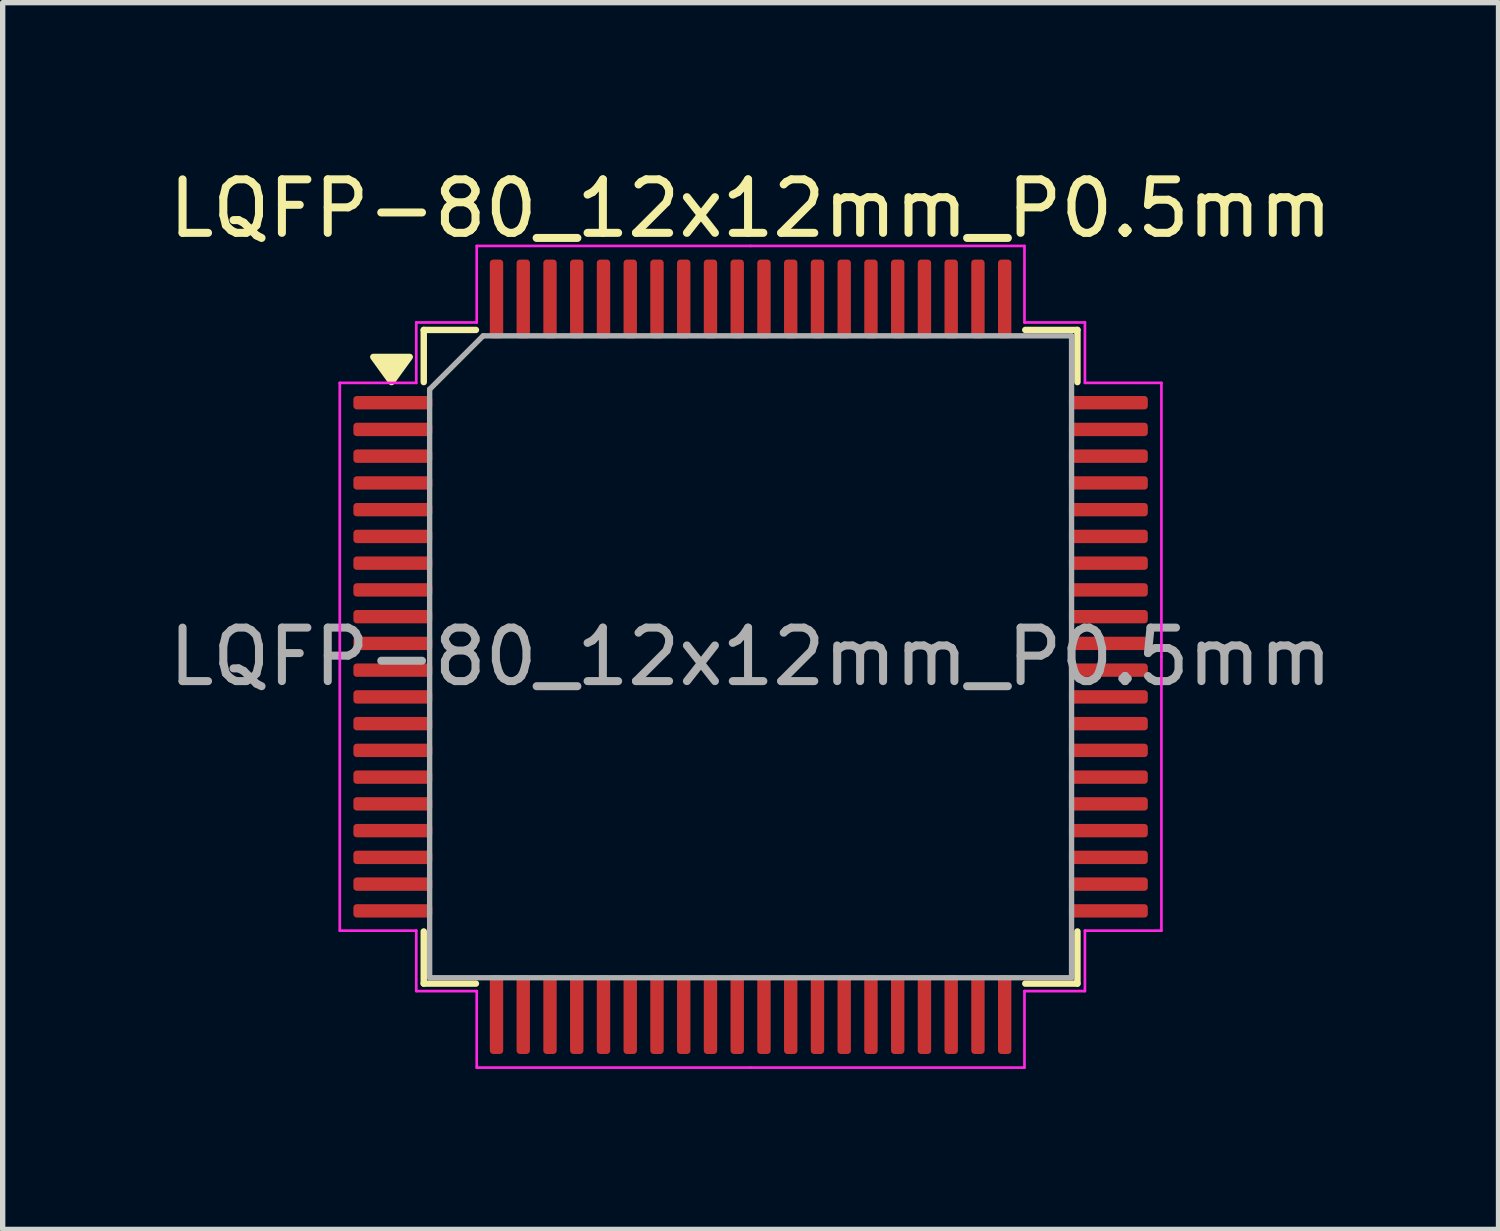
<source format=kicad_pcb>
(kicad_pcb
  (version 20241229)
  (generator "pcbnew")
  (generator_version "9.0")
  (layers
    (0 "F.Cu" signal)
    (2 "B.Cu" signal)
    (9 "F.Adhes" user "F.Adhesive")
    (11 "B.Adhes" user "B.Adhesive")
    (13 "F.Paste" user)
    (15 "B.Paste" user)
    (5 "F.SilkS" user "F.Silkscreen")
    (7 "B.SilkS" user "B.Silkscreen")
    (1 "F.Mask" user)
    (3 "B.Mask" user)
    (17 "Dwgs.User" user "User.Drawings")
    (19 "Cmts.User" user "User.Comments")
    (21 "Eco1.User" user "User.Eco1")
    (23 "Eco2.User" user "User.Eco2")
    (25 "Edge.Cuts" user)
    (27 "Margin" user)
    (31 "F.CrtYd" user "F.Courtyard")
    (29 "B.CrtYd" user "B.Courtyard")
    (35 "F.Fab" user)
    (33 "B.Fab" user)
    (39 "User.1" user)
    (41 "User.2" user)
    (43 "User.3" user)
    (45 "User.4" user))
  (footprint "LQFP-80_12x12mm_P0.5mm"
    (layer "F.Cu")
    (at 10.982 9.228)
    (property "Reference" "LQFP-80_12x12mm_P0.5mm" (at 0 -8.38 0) (layer "F.SilkS") (effects (font (size 1 1) (thickness 0.15))))
    (attr smd)
    (fp_line (start -6.11 -6.11) (end -6.11 -5.135) (stroke (width 0.12) (type solid)) (layer "F.SilkS"))
    (fp_line (start -6.11 6.11) (end -6.11 5.135) (stroke (width 0.12) (type solid)) (layer "F.SilkS"))
    (fp_line (start -5.135 -6.11) (end -6.11 -6.11) (stroke (width 0.12) (type solid)) (layer "F.SilkS"))
    (fp_line (start -5.135 6.11) (end -6.11 6.11) (stroke (width 0.12) (type solid)) (layer "F.SilkS"))
    (fp_line (start 5.135 -6.11) (end 6.11 -6.11) (stroke (width 0.12) (type solid)) (layer "F.SilkS"))
    (fp_line (start 5.135 6.11) (end 6.11 6.11) (stroke (width 0.12) (type solid)) (layer "F.SilkS"))
    (fp_line (start 6.11 -6.11) (end 6.11 -5.135) (stroke (width 0.12) (type solid)) (layer "F.SilkS"))
    (fp_line (start 6.11 6.11) (end 6.11 5.135) (stroke (width 0.12) (type solid)) (layer "F.SilkS"))
    (fp_poly (pts (xy -6.713 -5.135) (xy -7.053 -5.605) (xy -6.372 -5.605) (xy -6.713 -5.135)) (stroke (width 0.12) (type solid)) (fill yes) (layer "F.SilkS"))
    (fp_line (start -7.68 -5.12) (end -7.68 0) (stroke (width 0.05) (type solid)) (layer "F.CrtYd"))
    (fp_line (start -7.68 5.12) (end -7.68 0) (stroke (width 0.05) (type solid)) (layer "F.CrtYd"))
    (fp_line (start -6.25 -6.25) (end -6.25 -5.12) (stroke (width 0.05) (type solid)) (layer "F.CrtYd"))
    (fp_line (start -6.25 -5.12) (end -7.68 -5.12) (stroke (width 0.05) (type solid)) (layer "F.CrtYd"))
    (fp_line (start -6.25 5.12) (end -7.68 5.12) (stroke (width 0.05) (type solid)) (layer "F.CrtYd"))
    (fp_line (start -6.25 6.25) (end -6.25 5.12) (stroke (width 0.05) (type solid)) (layer "F.CrtYd"))
    (fp_line (start -5.12 -7.68) (end -5.12 -6.25) (stroke (width 0.05) (type solid)) (layer "F.CrtYd"))
    (fp_line (start -5.12 -6.25) (end -6.25 -6.25) (stroke (width 0.05) (type solid)) (layer "F.CrtYd"))
    (fp_line (start -5.12 6.25) (end -6.25 6.25) (stroke (width 0.05) (type solid)) (layer "F.CrtYd"))
    (fp_line (start -5.12 7.68) (end -5.12 6.25) (stroke (width 0.05) (type solid)) (layer "F.CrtYd"))
    (fp_line (start 0 -7.68) (end -5.12 -7.68) (stroke (width 0.05) (type solid)) (layer "F.CrtYd"))
    (fp_line (start 0 -7.68) (end 5.12 -7.68) (stroke (width 0.05) (type solid)) (layer "F.CrtYd"))
    (fp_line (start 0 7.68) (end -5.12 7.68) (stroke (width 0.05) (type solid)) (layer "F.CrtYd"))
    (fp_line (start 0 7.68) (end 5.12 7.68) (stroke (width 0.05) (type solid)) (layer "F.CrtYd"))
    (fp_line (start 5.12 -7.68) (end 5.12 -6.25) (stroke (width 0.05) (type solid)) (layer "F.CrtYd"))
    (fp_line (start 5.12 -6.25) (end 6.25 -6.25) (stroke (width 0.05) (type solid)) (layer "F.CrtYd"))
    (fp_line (start 5.12 6.25) (end 6.25 6.25) (stroke (width 0.05) (type solid)) (layer "F.CrtYd"))
    (fp_line (start 5.12 7.68) (end 5.12 6.25) (stroke (width 0.05) (type solid)) (layer "F.CrtYd"))
    (fp_line (start 6.25 -6.25) (end 6.25 -5.12) (stroke (width 0.05) (type solid)) (layer "F.CrtYd"))
    (fp_line (start 6.25 -5.12) (end 7.68 -5.12) (stroke (width 0.05) (type solid)) (layer "F.CrtYd"))
    (fp_line (start 6.25 5.12) (end 7.68 5.12) (stroke (width 0.05) (type solid)) (layer "F.CrtYd"))
    (fp_line (start 6.25 6.25) (end 6.25 5.12) (stroke (width 0.05) (type solid)) (layer "F.CrtYd"))
    (fp_line (start 7.68 -5.12) (end 7.68 0) (stroke (width 0.05) (type solid)) (layer "F.CrtYd"))
    (fp_line (start 7.68 5.12) (end 7.68 0) (stroke (width 0.05) (type solid)) (layer "F.CrtYd"))
    (fp_line (start -6 -5) (end -5 -6) (stroke (width 0.1) (type solid)) (layer "F.Fab"))
    (fp_line (start -6 6) (end -6 -5) (stroke (width 0.1) (type solid)) (layer "F.Fab"))
    (fp_line (start -5 -6) (end 6 -6) (stroke (width 0.1) (type solid)) (layer "F.Fab"))
    (fp_line (start 6 -6) (end 6 6) (stroke (width 0.1) (type solid)) (layer "F.Fab"))
    (fp_line (start 6 6) (end -6 6) (stroke (width 0.1) (type solid)) (layer "F.Fab"))
    (fp_text user "${REFERENCE}" (at 0 0 0) (layer "F.Fab") (effects (font (size 1 1) (thickness 0.15))))
    (pad "1" smd roundrect (at -6.688 -4.75) (size 1.475 0.25) (layers "F.Cu" "F.Mask" "F.Paste") (roundrect_rratio 0.25))
    (pad "2" smd roundrect (at -6.688 -4.25) (size 1.475 0.25) (layers "F.Cu" "F.Mask" "F.Paste") (roundrect_rratio 0.25))
    (pad "3" smd roundrect (at -6.688 -3.75) (size 1.475 0.25) (layers "F.Cu" "F.Mask" "F.Paste") (roundrect_rratio 0.25))
    (pad "4" smd roundrect (at -6.688 -3.25) (size 1.475 0.25) (layers "F.Cu" "F.Mask" "F.Paste") (roundrect_rratio 0.25))
    (pad "5" smd roundrect (at -6.688 -2.75) (size 1.475 0.25) (layers "F.Cu" "F.Mask" "F.Paste") (roundrect_rratio 0.25))
    (pad "6" smd roundrect (at -6.688 -2.25) (size 1.475 0.25) (layers "F.Cu" "F.Mask" "F.Paste") (roundrect_rratio 0.25))
    (pad "7" smd roundrect (at -6.688 -1.75) (size 1.475 0.25) (layers "F.Cu" "F.Mask" "F.Paste") (roundrect_rratio 0.25))
    (pad "8" smd roundrect (at -6.688 -1.25) (size 1.475 0.25) (layers "F.Cu" "F.Mask" "F.Paste") (roundrect_rratio 0.25))
    (pad "9" smd roundrect (at -6.688 -0.75) (size 1.475 0.25) (layers "F.Cu" "F.Mask" "F.Paste") (roundrect_rratio 0.25))
    (pad "10" smd roundrect (at -6.688 -0.25) (size 1.475 0.25) (layers "F.Cu" "F.Mask" "F.Paste") (roundrect_rratio 0.25))
    (pad "11" smd roundrect (at -6.688 0.25) (size 1.475 0.25) (layers "F.Cu" "F.Mask" "F.Paste") (roundrect_rratio 0.25))
    (pad "12" smd roundrect (at -6.688 0.75) (size 1.475 0.25) (layers "F.Cu" "F.Mask" "F.Paste") (roundrect_rratio 0.25))
    (pad "13" smd roundrect (at -6.688 1.25) (size 1.475 0.25) (layers "F.Cu" "F.Mask" "F.Paste") (roundrect_rratio 0.25))
    (pad "14" smd roundrect (at -6.688 1.75) (size 1.475 0.25) (layers "F.Cu" "F.Mask" "F.Paste") (roundrect_rratio 0.25))
    (pad "15" smd roundrect (at -6.688 2.25) (size 1.475 0.25) (layers "F.Cu" "F.Mask" "F.Paste") (roundrect_rratio 0.25))
    (pad "16" smd roundrect (at -6.688 2.75) (size 1.475 0.25) (layers "F.Cu" "F.Mask" "F.Paste") (roundrect_rratio 0.25))
    (pad "17" smd roundrect (at -6.688 3.25) (size 1.475 0.25) (layers "F.Cu" "F.Mask" "F.Paste") (roundrect_rratio 0.25))
    (pad "18" smd roundrect (at -6.688 3.75) (size 1.475 0.25) (layers "F.Cu" "F.Mask" "F.Paste") (roundrect_rratio 0.25))
    (pad "19" smd roundrect (at -6.688 4.25) (size 1.475 0.25) (layers "F.Cu" "F.Mask" "F.Paste") (roundrect_rratio 0.25))
    (pad "20" smd roundrect (at -6.688 4.75) (size 1.475 0.25) (layers "F.Cu" "F.Mask" "F.Paste") (roundrect_rratio 0.25))
    (pad "21" smd roundrect (at -4.75 6.688) (size 0.25 1.475) (layers "F.Cu" "F.Mask" "F.Paste") (roundrect_rratio 0.25))
    (pad "22" smd roundrect (at -4.25 6.688) (size 0.25 1.475) (layers "F.Cu" "F.Mask" "F.Paste") (roundrect_rratio 0.25))
    (pad "23" smd roundrect (at -3.75 6.688) (size 0.25 1.475) (layers "F.Cu" "F.Mask" "F.Paste") (roundrect_rratio 0.25))
    (pad "24" smd roundrect (at -3.25 6.688) (size 0.25 1.475) (layers "F.Cu" "F.Mask" "F.Paste") (roundrect_rratio 0.25))
    (pad "25" smd roundrect (at -2.75 6.688) (size 0.25 1.475) (layers "F.Cu" "F.Mask" "F.Paste") (roundrect_rratio 0.25))
    (pad "26" smd roundrect (at -2.25 6.688) (size 0.25 1.475) (layers "F.Cu" "F.Mask" "F.Paste") (roundrect_rratio 0.25))
    (pad "27" smd roundrect (at -1.75 6.688) (size 0.25 1.475) (layers "F.Cu" "F.Mask" "F.Paste") (roundrect_rratio 0.25))
    (pad "28" smd roundrect (at -1.25 6.688) (size 0.25 1.475) (layers "F.Cu" "F.Mask" "F.Paste") (roundrect_rratio 0.25))
    (pad "29" smd roundrect (at -0.75 6.688) (size 0.25 1.475) (layers "F.Cu" "F.Mask" "F.Paste") (roundrect_rratio 0.25))
    (pad "30" smd roundrect (at -0.25 6.688) (size 0.25 1.475) (layers "F.Cu" "F.Mask" "F.Paste") (roundrect_rratio 0.25))
    (pad "31" smd roundrect (at 0.25 6.688) (size 0.25 1.475) (layers "F.Cu" "F.Mask" "F.Paste") (roundrect_rratio 0.25))
    (pad "32" smd roundrect (at 0.75 6.688) (size 0.25 1.475) (layers "F.Cu" "F.Mask" "F.Paste") (roundrect_rratio 0.25))
    (pad "33" smd roundrect (at 1.25 6.688) (size 0.25 1.475) (layers "F.Cu" "F.Mask" "F.Paste") (roundrect_rratio 0.25))
    (pad "34" smd roundrect (at 1.75 6.688) (size 0.25 1.475) (layers "F.Cu" "F.Mask" "F.Paste") (roundrect_rratio 0.25))
    (pad "35" smd roundrect (at 2.25 6.688) (size 0.25 1.475) (layers "F.Cu" "F.Mask" "F.Paste") (roundrect_rratio 0.25))
    (pad "36" smd roundrect (at 2.75 6.688) (size 0.25 1.475) (layers "F.Cu" "F.Mask" "F.Paste") (roundrect_rratio 0.25))
    (pad "37" smd roundrect (at 3.25 6.688) (size 0.25 1.475) (layers "F.Cu" "F.Mask" "F.Paste") (roundrect_rratio 0.25))
    (pad "38" smd roundrect (at 3.75 6.688) (size 0.25 1.475) (layers "F.Cu" "F.Mask" "F.Paste") (roundrect_rratio 0.25))
    (pad "39" smd roundrect (at 4.25 6.688) (size 0.25 1.475) (layers "F.Cu" "F.Mask" "F.Paste") (roundrect_rratio 0.25))
    (pad "40" smd roundrect (at 4.75 6.688) (size 0.25 1.475) (layers "F.Cu" "F.Mask" "F.Paste") (roundrect_rratio 0.25))
    (pad "41" smd roundrect (at 6.688 4.75) (size 1.475 0.25) (layers "F.Cu" "F.Mask" "F.Paste") (roundrect_rratio 0.25))
    (pad "42" smd roundrect (at 6.688 4.25) (size 1.475 0.25) (layers "F.Cu" "F.Mask" "F.Paste") (roundrect_rratio 0.25))
    (pad "43" smd roundrect (at 6.688 3.75) (size 1.475 0.25) (layers "F.Cu" "F.Mask" "F.Paste") (roundrect_rratio 0.25))
    (pad "44" smd roundrect (at 6.688 3.25) (size 1.475 0.25) (layers "F.Cu" "F.Mask" "F.Paste") (roundrect_rratio 0.25))
    (pad "45" smd roundrect (at 6.688 2.75) (size 1.475 0.25) (layers "F.Cu" "F.Mask" "F.Paste") (roundrect_rratio 0.25))
    (pad "46" smd roundrect (at 6.688 2.25) (size 1.475 0.25) (layers "F.Cu" "F.Mask" "F.Paste") (roundrect_rratio 0.25))
    (pad "47" smd roundrect (at 6.688 1.75) (size 1.475 0.25) (layers "F.Cu" "F.Mask" "F.Paste") (roundrect_rratio 0.25))
    (pad "48" smd roundrect (at 6.688 1.25) (size 1.475 0.25) (layers "F.Cu" "F.Mask" "F.Paste") (roundrect_rratio 0.25))
    (pad "49" smd roundrect (at 6.688 0.75) (size 1.475 0.25) (layers "F.Cu" "F.Mask" "F.Paste") (roundrect_rratio 0.25))
    (pad "50" smd roundrect (at 6.688 0.25) (size 1.475 0.25) (layers "F.Cu" "F.Mask" "F.Paste") (roundrect_rratio 0.25))
    (pad "51" smd roundrect (at 6.688 -0.25) (size 1.475 0.25) (layers "F.Cu" "F.Mask" "F.Paste") (roundrect_rratio 0.25))
    (pad "52" smd roundrect (at 6.688 -0.75) (size 1.475 0.25) (layers "F.Cu" "F.Mask" "F.Paste") (roundrect_rratio 0.25))
    (pad "53" smd roundrect (at 6.688 -1.25) (size 1.475 0.25) (layers "F.Cu" "F.Mask" "F.Paste") (roundrect_rratio 0.25))
    (pad "54" smd roundrect (at 6.688 -1.75) (size 1.475 0.25) (layers "F.Cu" "F.Mask" "F.Paste") (roundrect_rratio 0.25))
    (pad "55" smd roundrect (at 6.688 -2.25) (size 1.475 0.25) (layers "F.Cu" "F.Mask" "F.Paste") (roundrect_rratio 0.25))
    (pad "56" smd roundrect (at 6.688 -2.75) (size 1.475 0.25) (layers "F.Cu" "F.Mask" "F.Paste") (roundrect_rratio 0.25))
    (pad "57" smd roundrect (at 6.688 -3.25) (size 1.475 0.25) (layers "F.Cu" "F.Mask" "F.Paste") (roundrect_rratio 0.25))
    (pad "58" smd roundrect (at 6.688 -3.75) (size 1.475 0.25) (layers "F.Cu" "F.Mask" "F.Paste") (roundrect_rratio 0.25))
    (pad "59" smd roundrect (at 6.688 -4.25) (size 1.475 0.25) (layers "F.Cu" "F.Mask" "F.Paste") (roundrect_rratio 0.25))
    (pad "60" smd roundrect (at 6.688 -4.75) (size 1.475 0.25) (layers "F.Cu" "F.Mask" "F.Paste") (roundrect_rratio 0.25))
    (pad "61" smd roundrect (at 4.75 -6.688) (size 0.25 1.475) (layers "F.Cu" "F.Mask" "F.Paste") (roundrect_rratio 0.25))
    (pad "62" smd roundrect (at 4.25 -6.688) (size 0.25 1.475) (layers "F.Cu" "F.Mask" "F.Paste") (roundrect_rratio 0.25))
    (pad "63" smd roundrect (at 3.75 -6.688) (size 0.25 1.475) (layers "F.Cu" "F.Mask" "F.Paste") (roundrect_rratio 0.25))
    (pad "64" smd roundrect (at 3.25 -6.688) (size 0.25 1.475) (layers "F.Cu" "F.Mask" "F.Paste") (roundrect_rratio 0.25))
    (pad "65" smd roundrect (at 2.75 -6.688) (size 0.25 1.475) (layers "F.Cu" "F.Mask" "F.Paste") (roundrect_rratio 0.25))
    (pad "66" smd roundrect (at 2.25 -6.688) (size 0.25 1.475) (layers "F.Cu" "F.Mask" "F.Paste") (roundrect_rratio 0.25))
    (pad "67" smd roundrect (at 1.75 -6.688) (size 0.25 1.475) (layers "F.Cu" "F.Mask" "F.Paste") (roundrect_rratio 0.25))
    (pad "68" smd roundrect (at 1.25 -6.688) (size 0.25 1.475) (layers "F.Cu" "F.Mask" "F.Paste") (roundrect_rratio 0.25))
    (pad "69" smd roundrect (at 0.75 -6.688) (size 0.25 1.475) (layers "F.Cu" "F.Mask" "F.Paste") (roundrect_rratio 0.25))
    (pad "70" smd roundrect (at 0.25 -6.688) (size 0.25 1.475) (layers "F.Cu" "F.Mask" "F.Paste") (roundrect_rratio 0.25))
    (pad "71" smd roundrect (at -0.25 -6.688) (size 0.25 1.475) (layers "F.Cu" "F.Mask" "F.Paste") (roundrect_rratio 0.25))
    (pad "72" smd roundrect (at -0.75 -6.688) (size 0.25 1.475) (layers "F.Cu" "F.Mask" "F.Paste") (roundrect_rratio 0.25))
    (pad "73" smd roundrect (at -1.25 -6.688) (size 0.25 1.475) (layers "F.Cu" "F.Mask" "F.Paste") (roundrect_rratio 0.25))
    (pad "74" smd roundrect (at -1.75 -6.688) (size 0.25 1.475) (layers "F.Cu" "F.Mask" "F.Paste") (roundrect_rratio 0.25))
    (pad "75" smd roundrect (at -2.25 -6.688) (size 0.25 1.475) (layers "F.Cu" "F.Mask" "F.Paste") (roundrect_rratio 0.25))
    (pad "76" smd roundrect (at -2.75 -6.688) (size 0.25 1.475) (layers "F.Cu" "F.Mask" "F.Paste") (roundrect_rratio 0.25))
    (pad "77" smd roundrect (at -3.25 -6.688) (size 0.25 1.475) (layers "F.Cu" "F.Mask" "F.Paste") (roundrect_rratio 0.25))
    (pad "78" smd roundrect (at -3.75 -6.688) (size 0.25 1.475) (layers "F.Cu" "F.Mask" "F.Paste") (roundrect_rratio 0.25))
    (pad "79" smd roundrect (at -4.25 -6.688) (size 0.25 1.475) (layers "F.Cu" "F.Mask" "F.Paste") (roundrect_rratio 0.25))
    (pad "80" smd roundrect (at -4.75 -6.688) (size 0.25 1.475) (layers "F.Cu" "F.Mask" "F.Paste") (roundrect_rratio 0.25)))
  (gr_rect
    (start -3 -3)
    (end 24.964 19.933)
    (stroke (width 0.1) (type default))
    (fill no)
    (layer "Edge.Cuts")))
</source>
